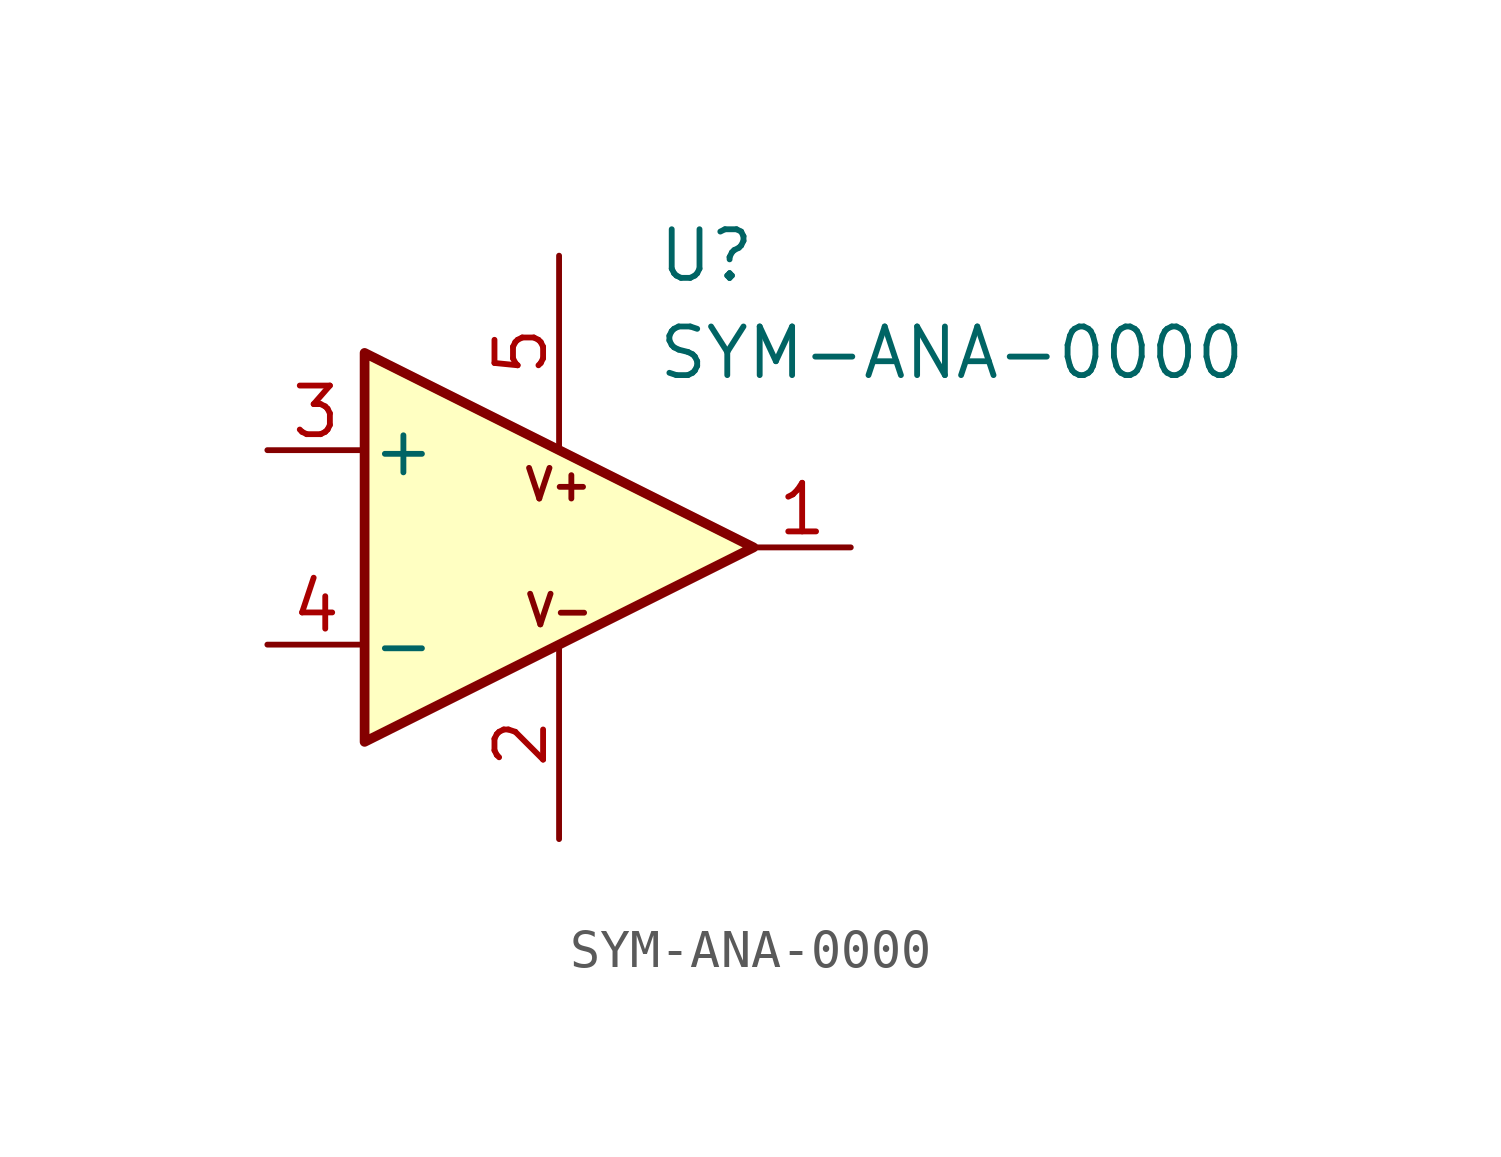
<source format=kicad_sym>
(kicad_symbol_lib
  (version 20241209)
  (generator "kicad_symbol_editor")
  (generator_version "9.0")
  (symbol "SYM-ANA-0000"
    (pin_names
      (offset 0.127))
    (property "Reference" "U"
      (at 2.54 7.62 0)
      (effects (font (size 1.27 1.27)) (justify left)))
    (property "Value" "SYM-ANA-0000"
      (at 2.54 5.08 0)
      (effects (font (size 1.27 1.27)) (justify left)))
    (symbol "SYM-ANA-0000_1_1"
      (polyline (pts (xy -5.08 5.08) (xy 5.08 0) (xy -5.08 -5.08) (xy -5.08 5.08)) (stroke (width 0.254) (type default)) (fill (type background)))
      (text "V+\n" (at -0.022 1.639 0) (effects (font (size 0.8 0.8))))
      (text "V-\n" (at 0.006 -1.649 0) (effects (font (size 0.8 0.8))))
      (pin input line (at -7.62 2.54 0) (length 2.54) (name "+" (effects (font (size 1.27 1.27)))) (number "3" (effects (font (size 1.27 1.27)))))
      (pin input line (at -7.62 -2.54 0) (length 2.54) (name "-" (effects (font (size 1.27 1.27)))) (number "4" (effects (font (size 1.27 1.27)))))
      (pin input line (at 0 7.62 270) (length 5) (name "" (effects (font (size 1.27 1.27)))) (number "5" (effects (font (size 1.27 1.27)))))
      (pin input line (at 0 -7.62 90) (length 5) (name "" (effects (font (size 1.27 1.27)))) (number "2" (effects (font (size 1.27 1.27)))))
      (pin output line (at 7.62 0 180) (length 2.54) (name "~" (effects (font (size 1.27 1.27)))) (number "1" (effects (font (size 1.27 1.27))))))))
</source>
